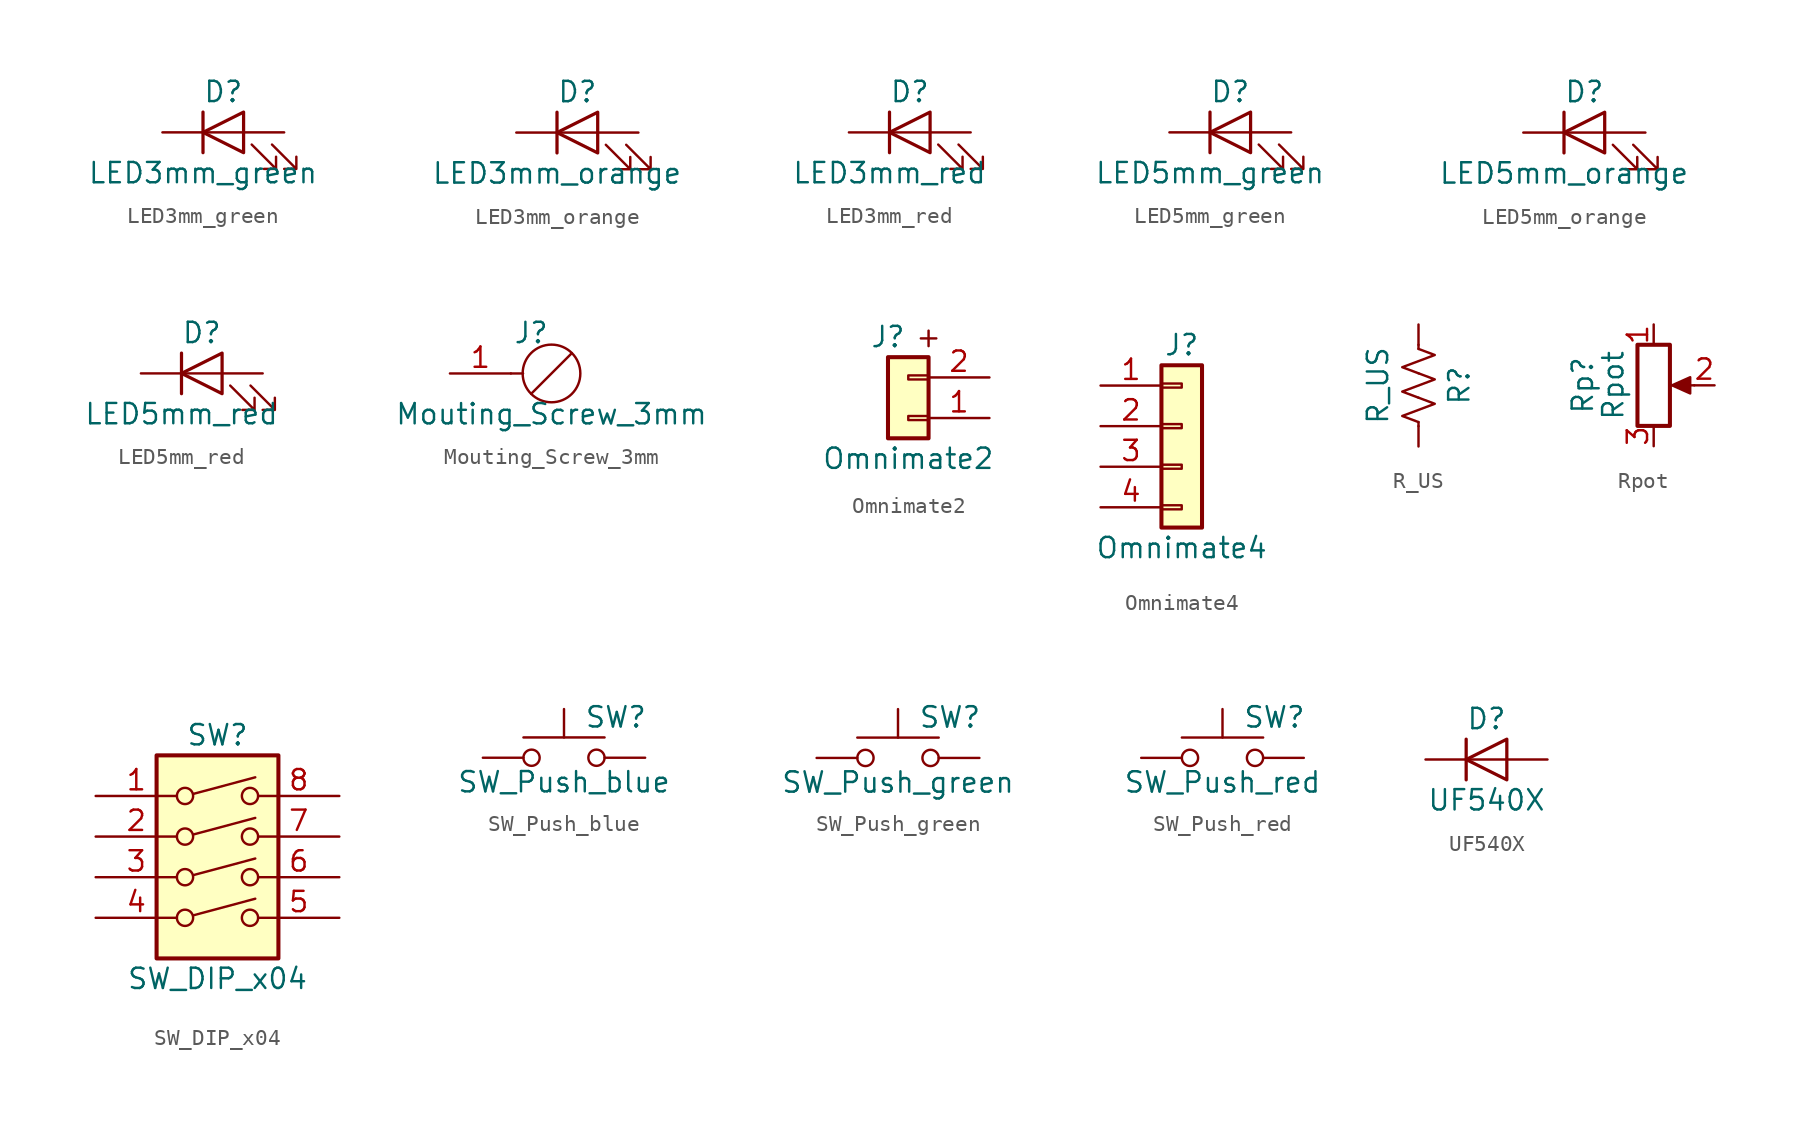
<source format=kicad_sym>
(kicad_symbol_lib
  (version 20211014)
  (generator kicad_symbol_editor)
  (symbol "LED3mm_green"
    (pin_numbers hide)
    (pin_names
      (offset 1.016) hide)
    (property "Reference" "D"
      (at 0 2.54 0)
      (effects (font (size 1.27 1.27))))
    (property "Value" "LED3mm_green"
      (at -1.27 -2.54 0)
      (effects (font (size 1.27 1.27))))
    (symbol "LED3mm_green_0_1"
      (polyline (pts (xy -1.27 -1.27) (xy -1.27 1.27)) (stroke (width 0.203) (type default) (color 0 0 0 0)) (fill (type none)))
      (polyline (pts (xy -1.27 0) (xy 1.27 0)) (stroke (width 0) (type default) (color 0 0 0 0)) (fill (type none)))
      (polyline (pts (xy 1.27 -1.27) (xy 1.27 1.27) (xy -1.27 0) (xy 1.27 -1.27)) (stroke (width 0.203) (type default) (color 0 0 0 0)) (fill (type none)))
      (polyline (pts (xy 1.778 -0.762) (xy 3.302 -2.286) (xy 2.54 -2.286) (xy 3.302 -2.286) (xy 3.302 -1.524)) (stroke (width 0) (type default) (color 0 0 0 0)) (fill (type none)))
      (polyline (pts (xy 3.048 -0.762) (xy 4.572 -2.286) (xy 3.81 -2.286) (xy 4.572 -2.286) (xy 4.572 -1.524)) (stroke (width 0) (type default) (color 0 0 0 0)) (fill (type none))))
    (symbol "LED3mm_green_1_1"
      (pin passive line (at -3.81 0 0) (length 2.54) (name "K" (effects (font (size 1.27 1.27)))) (number "1" (effects (font (size 1.27 1.27)))))
      (pin passive line (at 3.81 0 180) (length 2.54) (name "A" (effects (font (size 1.27 1.27)))) (number "2" (effects (font (size 1.27 1.27)))))))
  (symbol "LED3mm_orange"
    (pin_numbers hide)
    (pin_names
      (offset 1.016) hide)
    (property "Reference" "D"
      (at 0 2.54 0)
      (effects (font (size 1.27 1.27))))
    (property "Value" "LED3mm_orange"
      (at -1.27 -2.54 0)
      (effects (font (size 1.27 1.27))))
    (symbol "LED3mm_orange_0_1"
      (polyline (pts (xy -1.27 -1.27) (xy -1.27 1.27)) (stroke (width 0.203) (type default) (color 0 0 0 0)) (fill (type none)))
      (polyline (pts (xy -1.27 0) (xy 1.27 0)) (stroke (width 0) (type default) (color 0 0 0 0)) (fill (type none)))
      (polyline (pts (xy 1.27 -1.27) (xy 1.27 1.27) (xy -1.27 0) (xy 1.27 -1.27)) (stroke (width 0.203) (type default) (color 0 0 0 0)) (fill (type none)))
      (polyline (pts (xy 1.778 -0.762) (xy 3.302 -2.286) (xy 2.54 -2.286) (xy 3.302 -2.286) (xy 3.302 -1.524)) (stroke (width 0) (type default) (color 0 0 0 0)) (fill (type none)))
      (polyline (pts (xy 3.048 -0.762) (xy 4.572 -2.286) (xy 3.81 -2.286) (xy 4.572 -2.286) (xy 4.572 -1.524)) (stroke (width 0) (type default) (color 0 0 0 0)) (fill (type none))))
    (symbol "LED3mm_orange_1_1"
      (pin passive line (at -3.81 0 0) (length 2.54) (name "K" (effects (font (size 1.27 1.27)))) (number "1" (effects (font (size 1.27 1.27)))))
      (pin passive line (at 3.81 0 180) (length 2.54) (name "A" (effects (font (size 1.27 1.27)))) (number "2" (effects (font (size 1.27 1.27)))))))
  (symbol "LED3mm_red"
    (pin_numbers hide)
    (pin_names
      (offset 1.016) hide)
    (property "Reference" "D"
      (at 0 2.54 0)
      (effects (font (size 1.27 1.27))))
    (property "Value" "LED3mm_red"
      (at -1.27 -2.54 0)
      (effects (font (size 1.27 1.27))))
    (symbol "LED3mm_red_0_1"
      (polyline (pts (xy -1.27 -1.27) (xy -1.27 1.27)) (stroke (width 0.203) (type default) (color 0 0 0 0)) (fill (type none)))
      (polyline (pts (xy -1.27 0) (xy 1.27 0)) (stroke (width 0) (type default) (color 0 0 0 0)) (fill (type none)))
      (polyline (pts (xy 1.27 -1.27) (xy 1.27 1.27) (xy -1.27 0) (xy 1.27 -1.27)) (stroke (width 0.203) (type default) (color 0 0 0 0)) (fill (type none)))
      (polyline (pts (xy 1.778 -0.762) (xy 3.302 -2.286) (xy 2.54 -2.286) (xy 3.302 -2.286) (xy 3.302 -1.524)) (stroke (width 0) (type default) (color 0 0 0 0)) (fill (type none)))
      (polyline (pts (xy 3.048 -0.762) (xy 4.572 -2.286) (xy 3.81 -2.286) (xy 4.572 -2.286) (xy 4.572 -1.524)) (stroke (width 0) (type default) (color 0 0 0 0)) (fill (type none))))
    (symbol "LED3mm_red_1_1"
      (pin passive line (at -3.81 0 0) (length 2.54) (name "K" (effects (font (size 1.27 1.27)))) (number "1" (effects (font (size 1.27 1.27)))))
      (pin passive line (at 3.81 0 180) (length 2.54) (name "A" (effects (font (size 1.27 1.27)))) (number "2" (effects (font (size 1.27 1.27)))))))
  (symbol "LED5mm_green"
    (pin_numbers hide)
    (pin_names
      (offset 1.016) hide)
    (property "Reference" "D"
      (at 0 2.54 0)
      (effects (font (size 1.27 1.27))))
    (property "Value" "LED5mm_green"
      (at -1.27 -2.54 0)
      (effects (font (size 1.27 1.27))))
    (symbol "LED5mm_green_0_1"
      (polyline (pts (xy -1.27 -1.27) (xy -1.27 1.27)) (stroke (width 0.203) (type default) (color 0 0 0 0)) (fill (type none)))
      (polyline (pts (xy -1.27 0) (xy 1.27 0)) (stroke (width 0) (type default) (color 0 0 0 0)) (fill (type none)))
      (polyline (pts (xy 1.27 -1.27) (xy 1.27 1.27) (xy -1.27 0) (xy 1.27 -1.27)) (stroke (width 0.203) (type default) (color 0 0 0 0)) (fill (type none)))
      (polyline (pts (xy 1.778 -0.762) (xy 3.302 -2.286) (xy 2.54 -2.286) (xy 3.302 -2.286) (xy 3.302 -1.524)) (stroke (width 0) (type default) (color 0 0 0 0)) (fill (type none)))
      (polyline (pts (xy 3.048 -0.762) (xy 4.572 -2.286) (xy 3.81 -2.286) (xy 4.572 -2.286) (xy 4.572 -1.524)) (stroke (width 0) (type default) (color 0 0 0 0)) (fill (type none))))
    (symbol "LED5mm_green_1_1"
      (pin passive line (at -3.81 0 0) (length 2.54) (name "K" (effects (font (size 1.27 1.27)))) (number "1" (effects (font (size 1.27 1.27)))))
      (pin passive line (at 3.81 0 180) (length 2.54) (name "A" (effects (font (size 1.27 1.27)))) (number "2" (effects (font (size 1.27 1.27)))))))
  (symbol "LED5mm_orange"
    (pin_numbers hide)
    (pin_names
      (offset 1.016) hide)
    (property "Reference" "D"
      (at 0 2.54 0)
      (effects (font (size 1.27 1.27))))
    (property "Value" "LED5mm_orange"
      (at -1.27 -2.54 0)
      (effects (font (size 1.27 1.27))))
    (symbol "LED5mm_orange_0_1"
      (polyline (pts (xy -1.27 -1.27) (xy -1.27 1.27)) (stroke (width 0.203) (type default) (color 0 0 0 0)) (fill (type none)))
      (polyline (pts (xy -1.27 0) (xy 1.27 0)) (stroke (width 0) (type default) (color 0 0 0 0)) (fill (type none)))
      (polyline (pts (xy 1.27 -1.27) (xy 1.27 1.27) (xy -1.27 0) (xy 1.27 -1.27)) (stroke (width 0.203) (type default) (color 0 0 0 0)) (fill (type none)))
      (polyline (pts (xy 1.778 -0.762) (xy 3.302 -2.286) (xy 2.54 -2.286) (xy 3.302 -2.286) (xy 3.302 -1.524)) (stroke (width 0) (type default) (color 0 0 0 0)) (fill (type none)))
      (polyline (pts (xy 3.048 -0.762) (xy 4.572 -2.286) (xy 3.81 -2.286) (xy 4.572 -2.286) (xy 4.572 -1.524)) (stroke (width 0) (type default) (color 0 0 0 0)) (fill (type none))))
    (symbol "LED5mm_orange_1_1"
      (pin passive line (at -3.81 0 0) (length 2.54) (name "K" (effects (font (size 1.27 1.27)))) (number "1" (effects (font (size 1.27 1.27)))))
      (pin passive line (at 3.81 0 180) (length 2.54) (name "A" (effects (font (size 1.27 1.27)))) (number "2" (effects (font (size 1.27 1.27)))))))
  (symbol "LED5mm_red"
    (pin_numbers hide)
    (pin_names
      (offset 1.016) hide)
    (property "Reference" "D"
      (at 0 2.54 0)
      (effects (font (size 1.27 1.27))))
    (property "Value" "LED5mm_red"
      (at -1.27 -2.54 0)
      (effects (font (size 1.27 1.27))))
    (symbol "LED5mm_red_0_1"
      (polyline (pts (xy -1.27 -1.27) (xy -1.27 1.27)) (stroke (width 0.203) (type default) (color 0 0 0 0)) (fill (type none)))
      (polyline (pts (xy -1.27 0) (xy 1.27 0)) (stroke (width 0) (type default) (color 0 0 0 0)) (fill (type none)))
      (polyline (pts (xy 1.27 -1.27) (xy 1.27 1.27) (xy -1.27 0) (xy 1.27 -1.27)) (stroke (width 0.203) (type default) (color 0 0 0 0)) (fill (type none)))
      (polyline (pts (xy 1.778 -0.762) (xy 3.302 -2.286) (xy 2.54 -2.286) (xy 3.302 -2.286) (xy 3.302 -1.524)) (stroke (width 0) (type default) (color 0 0 0 0)) (fill (type none)))
      (polyline (pts (xy 3.048 -0.762) (xy 4.572 -2.286) (xy 3.81 -2.286) (xy 4.572 -2.286) (xy 4.572 -1.524)) (stroke (width 0) (type default) (color 0 0 0 0)) (fill (type none))))
    (symbol "LED5mm_red_1_1"
      (pin passive line (at -3.81 0 0) (length 2.54) (name "K" (effects (font (size 1.27 1.27)))) (number "1" (effects (font (size 1.27 1.27)))))
      (pin passive line (at 3.81 0 180) (length 2.54) (name "A" (effects (font (size 1.27 1.27)))) (number "2" (effects (font (size 1.27 1.27)))))))
  (symbol "Mouting_Screw_3mm"
    (pin_names
      (offset 1.016) hide)
    (property "Reference" "J"
      (at 0 2.54 0)
      (effects (font (size 1.27 1.27))))
    (property "Value" "Mouting_Screw_3mm"
      (at 1.27 -2.54 0)
      (effects (font (size 1.27 1.27))))
    (symbol "Mouting_Screw_3mm_0_1"
      (polyline (pts (xy 0 -1.27) (xy 2.54 1.27)) (stroke (width 0) (type default) (color 0 0 0 0)) (fill (type none)))
      (circle (center 1.27 0) (radius 1.803) (stroke (width 0) (type default) (color 0 0 0 0)) (fill (type none))))
    (symbol "Mouting_Screw_3mm_1_1"
      (polyline (pts (xy -1.27 0) (xy -0.508 0)) (stroke (width 0.152) (type default) (color 0 0 0 0)) (fill (type none)))
      (pin passive line (at -5.08 0 0) (length 3.81) (name "Pin_1" (effects (font (size 1.27 1.27)))) (number "1" (effects (font (size 1.27 1.27)))))))
  (symbol "Omnimate2"
    (pin_names
      (offset 1.016) hide)
    (property "Reference" "J"
      (at -1.27 2.54 0)
      (effects (font (size 1.27 1.27))))
    (property "Value" "Omnimate2"
      (at 0 -5.08 0)
      (effects (font (size 1.27 1.27))))
    (symbol "Omnimate2_0_0"
      (text "+" (at 1.27 2.54 0) (effects (font (size 1.27 1.27)))))
    (symbol "Omnimate2_1_1"
      (rectangle (start -1.27 1.27) (end 1.27 -3.81) (stroke (width 0.254) (type default) (color 0 0 0 0)) (fill (type background)))
      (rectangle (start 0 -2.413) (end 1.27 -2.667) (stroke (width 0.152) (type default) (color 0 0 0 0)) (fill (type none)))
      (rectangle (start 0 0.127) (end 1.27 -0.127) (stroke (width 0.152) (type default) (color 0 0 0 0)) (fill (type none)))
      (pin passive line (at 5.08 -2.54 180) (length 3.81) (name "Pin_1" (effects (font (size 1.27 1.27)))) (number "1" (effects (font (size 1.27 1.27)))))
      (pin passive line (at 5.08 0 180) (length 3.81) (name "Pin_2" (effects (font (size 1.27 1.27)))) (number "2" (effects (font (size 1.27 1.27)))))))
  (symbol "Omnimate4"
    (pin_names
      (offset 1.016) hide)
    (property "Reference" "J"
      (at 0 5.08 0)
      (effects (font (size 1.27 1.27))))
    (property "Value" "Omnimate4"
      (at 0 -7.62 0)
      (effects (font (size 1.27 1.27))))
    (symbol "Omnimate4_1_1"
      (rectangle (start -1.27 -4.953) (end 0 -5.207) (stroke (width 0.152) (type default) (color 0 0 0 0)) (fill (type none)))
      (rectangle (start -1.27 -2.413) (end 0 -2.667) (stroke (width 0.152) (type default) (color 0 0 0 0)) (fill (type none)))
      (rectangle (start -1.27 0.127) (end 0 -0.127) (stroke (width 0.152) (type default) (color 0 0 0 0)) (fill (type none)))
      (rectangle (start -1.27 2.667) (end 0 2.413) (stroke (width 0.152) (type default) (color 0 0 0 0)) (fill (type none)))
      (rectangle (start -1.27 3.81) (end 1.27 -6.35) (stroke (width 0.254) (type default) (color 0 0 0 0)) (fill (type background)))
      (pin passive line (at -5.08 2.54 0) (length 3.81) (name "Pin_1" (effects (font (size 1.27 1.27)))) (number "1" (effects (font (size 1.27 1.27)))))
      (pin passive line (at -5.08 0 0) (length 3.81) (name "Pin_2" (effects (font (size 1.27 1.27)))) (number "2" (effects (font (size 1.27 1.27)))))
      (pin passive line (at -5.08 -2.54 0) (length 3.81) (name "Pin_3" (effects (font (size 1.27 1.27)))) (number "3" (effects (font (size 1.27 1.27)))))
      (pin passive line (at -5.08 -5.08 0) (length 3.81) (name "Pin_4" (effects (font (size 1.27 1.27)))) (number "4" (effects (font (size 1.27 1.27)))))))
  (symbol "R_US"
    (pin_numbers hide)
    (pin_names
      (offset 0))
    (property "Reference" "R"
      (at 2.54 0 90)
      (effects (font (size 1.27 1.27))))
    (property "Value" "R_US"
      (at -2.54 0 90)
      (effects (font (size 1.27 1.27))))
    (symbol "R_US_0_1"
      (polyline (pts (xy 0 -2.286) (xy 0 -2.54)) (stroke (width 0) (type default) (color 0 0 0 0)) (fill (type none)))
      (polyline (pts (xy 0 2.286) (xy 0 2.54)) (stroke (width 0) (type default) (color 0 0 0 0)) (fill (type none)))
      (polyline (pts (xy 0 -0.762) (xy 1.016 -1.143) (xy 0 -1.524) (xy -1.016 -1.905) (xy 0 -2.286)) (stroke (width 0) (type default) (color 0 0 0 0)) (fill (type none)))
      (polyline (pts (xy 0 0.762) (xy 1.016 0.381) (xy 0 0) (xy -1.016 -0.381) (xy 0 -0.762)) (stroke (width 0) (type default) (color 0 0 0 0)) (fill (type none)))
      (polyline (pts (xy 0 2.286) (xy 1.016 1.905) (xy 0 1.524) (xy -1.016 1.143) (xy 0 0.762)) (stroke (width 0) (type default) (color 0 0 0 0)) (fill (type none))))
    (symbol "R_US_1_1"
      (pin passive line (at 0 3.81 270) (length 1.27) (name "~" (effects (font (size 1.27 1.27)))) (number "1" (effects (font (size 1.27 1.27)))))
      (pin passive line (at 0 -3.81 90) (length 1.27) (name "~" (effects (font (size 1.27 1.27)))) (number "2" (effects (font (size 1.27 1.27)))))))
  (symbol "Rpot"
    (pin_names
      (offset 1.016) hide)
    (property "Reference" "Rp"
      (at -4.445 0 90)
      (effects (font (size 1.27 1.27))))
    (property "Value" "Rpot"
      (at -2.54 0 90)
      (effects (font (size 1.27 1.27))))
    (symbol "Rpot_0_1"
      (polyline (pts (xy 2.54 0) (xy 1.524 0)) (stroke (width 0) (type default) (color 0 0 0 0)) (fill (type none)))
      (polyline (pts (xy 1.143 0) (xy 2.286 0.508) (xy 2.286 -0.508) (xy 1.143 0)) (stroke (width 0) (type default) (color 0 0 0 0)) (fill (type outline)))
      (rectangle (start 1.016 2.54) (end -1.016 -2.54) (stroke (width 0.254) (type default) (color 0 0 0 0)) (fill (type none))))
    (symbol "Rpot_1_1"
      (pin passive line (at 0 3.81 270) (length 1.27) (name "1" (effects (font (size 1.27 1.27)))) (number "1" (effects (font (size 1.27 1.27)))))
      (pin passive line (at 3.81 0 180) (length 1.27) (name "2" (effects (font (size 1.27 1.27)))) (number "2" (effects (font (size 1.27 1.27)))))
      (pin passive line (at 0 -3.81 90) (length 1.27) (name "3" (effects (font (size 1.27 1.27)))) (number "3" (effects (font (size 1.27 1.27)))))))
  (symbol "SW_DIP_x04"
    (pin_names
      (offset 0) hide)
    (property "Reference" "SW"
      (at 0 8.89 0)
      (effects (font (size 1.27 1.27))))
    (property "Value" "SW_DIP_x04"
      (at 0 -6.35 0)
      (effects (font (size 1.27 1.27))))
    (symbol "SW_DIP_x04_0_0"
      (circle (center -2.032 -2.54) (radius 0.508) (stroke (width 0) (type default) (color 0 0 0 0)) (fill (type none)))
      (circle (center -2.032 0) (radius 0.508) (stroke (width 0) (type default) (color 0 0 0 0)) (fill (type none)))
      (circle (center -2.032 2.54) (radius 0.508) (stroke (width 0) (type default) (color 0 0 0 0)) (fill (type none)))
      (circle (center -2.032 5.08) (radius 0.508) (stroke (width 0) (type default) (color 0 0 0 0)) (fill (type none)))
      (polyline (pts (xy -1.524 -2.388) (xy 2.362 -1.346)) (stroke (width 0) (type default) (color 0 0 0 0)) (fill (type none)))
      (polyline (pts (xy -1.524 0.127) (xy 2.362 1.168)) (stroke (width 0) (type default) (color 0 0 0 0)) (fill (type none)))
      (polyline (pts (xy -1.524 2.667) (xy 2.362 3.708)) (stroke (width 0) (type default) (color 0 0 0 0)) (fill (type none)))
      (polyline (pts (xy -1.524 5.207) (xy 2.362 6.248)) (stroke (width 0) (type default) (color 0 0 0 0)) (fill (type none)))
      (circle (center 2.032 -2.54) (radius 0.508) (stroke (width 0) (type default) (color 0 0 0 0)) (fill (type none)))
      (circle (center 2.032 0) (radius 0.508) (stroke (width 0) (type default) (color 0 0 0 0)) (fill (type none)))
      (circle (center 2.032 2.54) (radius 0.508) (stroke (width 0) (type default) (color 0 0 0 0)) (fill (type none)))
      (circle (center 2.032 5.08) (radius 0.508) (stroke (width 0) (type default) (color 0 0 0 0)) (fill (type none))))
    (symbol "SW_DIP_x04_0_1"
      (rectangle (start -3.81 7.62) (end 3.81 -5.08) (stroke (width 0.254) (type default) (color 0 0 0 0)) (fill (type background))))
    (symbol "SW_DIP_x04_1_1"
      (pin passive line (at -7.62 5.08 0) (length 5.08) (name "~" (effects (font (size 1.27 1.27)))) (number "1" (effects (font (size 1.27 1.27)))))
      (pin passive line (at -7.62 2.54 0) (length 5.08) (name "~" (effects (font (size 1.27 1.27)))) (number "2" (effects (font (size 1.27 1.27)))))
      (pin passive line (at -7.62 0 0) (length 5.08) (name "~" (effects (font (size 1.27 1.27)))) (number "3" (effects (font (size 1.27 1.27)))))
      (pin passive line (at -7.62 -2.54 0) (length 5.08) (name "~" (effects (font (size 1.27 1.27)))) (number "4" (effects (font (size 1.27 1.27)))))
      (pin passive line (at 7.62 -2.54 180) (length 5.08) (name "~" (effects (font (size 1.27 1.27)))) (number "5" (effects (font (size 1.27 1.27)))))
      (pin passive line (at 7.62 0 180) (length 5.08) (name "~" (effects (font (size 1.27 1.27)))) (number "6" (effects (font (size 1.27 1.27)))))
      (pin passive line (at 7.62 2.54 180) (length 5.08) (name "~" (effects (font (size 1.27 1.27)))) (number "7" (effects (font (size 1.27 1.27)))))
      (pin passive line (at 7.62 5.08 180) (length 5.08) (name "~" (effects (font (size 1.27 1.27)))) (number "8" (effects (font (size 1.27 1.27)))))))
  (symbol "SW_Push_blue"
    (pin_numbers hide)
    (pin_names
      (offset 1.016) hide)
    (property "Reference" "SW"
      (at 1.27 2.54 0)
      (effects (font (size 1.27 1.27)) (justify left)))
    (property "Value" "SW_Push_blue"
      (at 0 -1.524 0)
      (effects (font (size 1.27 1.27))))
    (symbol "SW_Push_blue_0_1"
      (circle (center -2.032 0) (radius 0.508) (stroke (width 0) (type default) (color 0 0 0 0)) (fill (type none)))
      (polyline (pts (xy 0 1.27) (xy 0 3.048)) (stroke (width 0) (type default) (color 0 0 0 0)) (fill (type none)))
      (polyline (pts (xy 2.54 1.27) (xy -2.54 1.27)) (stroke (width 0) (type default) (color 0 0 0 0)) (fill (type none)))
      (circle (center 2.032 0) (radius 0.508) (stroke (width 0) (type default) (color 0 0 0 0)) (fill (type none)))
      (pin passive line (at -5.08 0 0) (length 2.54) (name "1" (effects (font (size 1.27 1.27)))) (number "1" (effects (font (size 1.27 1.27)))))
      (pin passive line (at 5.08 0 180) (length 2.54) (name "2" (effects (font (size 1.27 1.27)))) (number "2" (effects (font (size 1.27 1.27)))))))
  (symbol "SW_Push_green"
    (pin_numbers hide)
    (pin_names
      (offset 1.016) hide)
    (property "Reference" "SW"
      (at 1.27 2.54 0)
      (effects (font (size 1.27 1.27)) (justify left)))
    (property "Value" "SW_Push_green"
      (at 0 -1.524 0)
      (effects (font (size 1.27 1.27))))
    (symbol "SW_Push_green_0_1"
      (circle (center -2.032 0) (radius 0.508) (stroke (width 0) (type default) (color 0 0 0 0)) (fill (type none)))
      (polyline (pts (xy 0 1.27) (xy 0 3.048)) (stroke (width 0) (type default) (color 0 0 0 0)) (fill (type none)))
      (polyline (pts (xy 2.54 1.27) (xy -2.54 1.27)) (stroke (width 0) (type default) (color 0 0 0 0)) (fill (type none)))
      (circle (center 2.032 0) (radius 0.508) (stroke (width 0) (type default) (color 0 0 0 0)) (fill (type none)))
      (pin passive line (at -5.08 0 0) (length 2.54) (name "1" (effects (font (size 1.27 1.27)))) (number "1" (effects (font (size 1.27 1.27)))))
      (pin passive line (at 5.08 0 180) (length 2.54) (name "2" (effects (font (size 1.27 1.27)))) (number "2" (effects (font (size 1.27 1.27)))))))
  (symbol "SW_Push_red"
    (pin_numbers hide)
    (pin_names
      (offset 1.016) hide)
    (property "Reference" "SW"
      (at 1.27 2.54 0)
      (effects (font (size 1.27 1.27)) (justify left)))
    (property "Value" "SW_Push_red"
      (at 0 -1.524 0)
      (effects (font (size 1.27 1.27))))
    (symbol "SW_Push_red_0_1"
      (circle (center -2.032 0) (radius 0.508) (stroke (width 0) (type default) (color 0 0 0 0)) (fill (type none)))
      (polyline (pts (xy 0 1.27) (xy 0 3.048)) (stroke (width 0) (type default) (color 0 0 0 0)) (fill (type none)))
      (polyline (pts (xy 2.54 1.27) (xy -2.54 1.27)) (stroke (width 0) (type default) (color 0 0 0 0)) (fill (type none)))
      (circle (center 2.032 0) (radius 0.508) (stroke (width 0) (type default) (color 0 0 0 0)) (fill (type none)))
      (pin passive line (at -5.08 0 0) (length 2.54) (name "1" (effects (font (size 1.27 1.27)))) (number "1" (effects (font (size 1.27 1.27)))))
      (pin passive line (at 5.08 0 180) (length 2.54) (name "2" (effects (font (size 1.27 1.27)))) (number "2" (effects (font (size 1.27 1.27)))))))
  (symbol "UF540X"
    (pin_numbers hide)
    (pin_names
      (offset 1.016) hide)
    (property "Reference" "D"
      (at 0 2.54 0)
      (effects (font (size 1.27 1.27))))
    (property "Value" "UF540X"
      (at 0 -2.54 0)
      (effects (font (size 1.27 1.27))))
    (symbol "UF540X_0_1"
      (polyline (pts (xy -1.27 1.27) (xy -1.27 -1.27)) (stroke (width 0.203) (type default) (color 0 0 0 0)) (fill (type none)))
      (polyline (pts (xy 1.27 0) (xy -1.27 0)) (stroke (width 0) (type default) (color 0 0 0 0)) (fill (type none)))
      (polyline (pts (xy 1.27 1.27) (xy 1.27 -1.27) (xy -1.27 0) (xy 1.27 1.27)) (stroke (width 0.203) (type default) (color 0 0 0 0)) (fill (type none))))
    (symbol "UF540X_1_1"
      (pin passive line (at -3.81 0 0) (length 2.54) (name "K" (effects (font (size 1.27 1.27)))) (number "1" (effects (font (size 1.27 1.27)))))
      (pin passive line (at 3.81 0 180) (length 2.54) (name "A" (effects (font (size 1.27 1.27)))) (number "2" (effects (font (size 1.27 1.27))))))))
</source>
